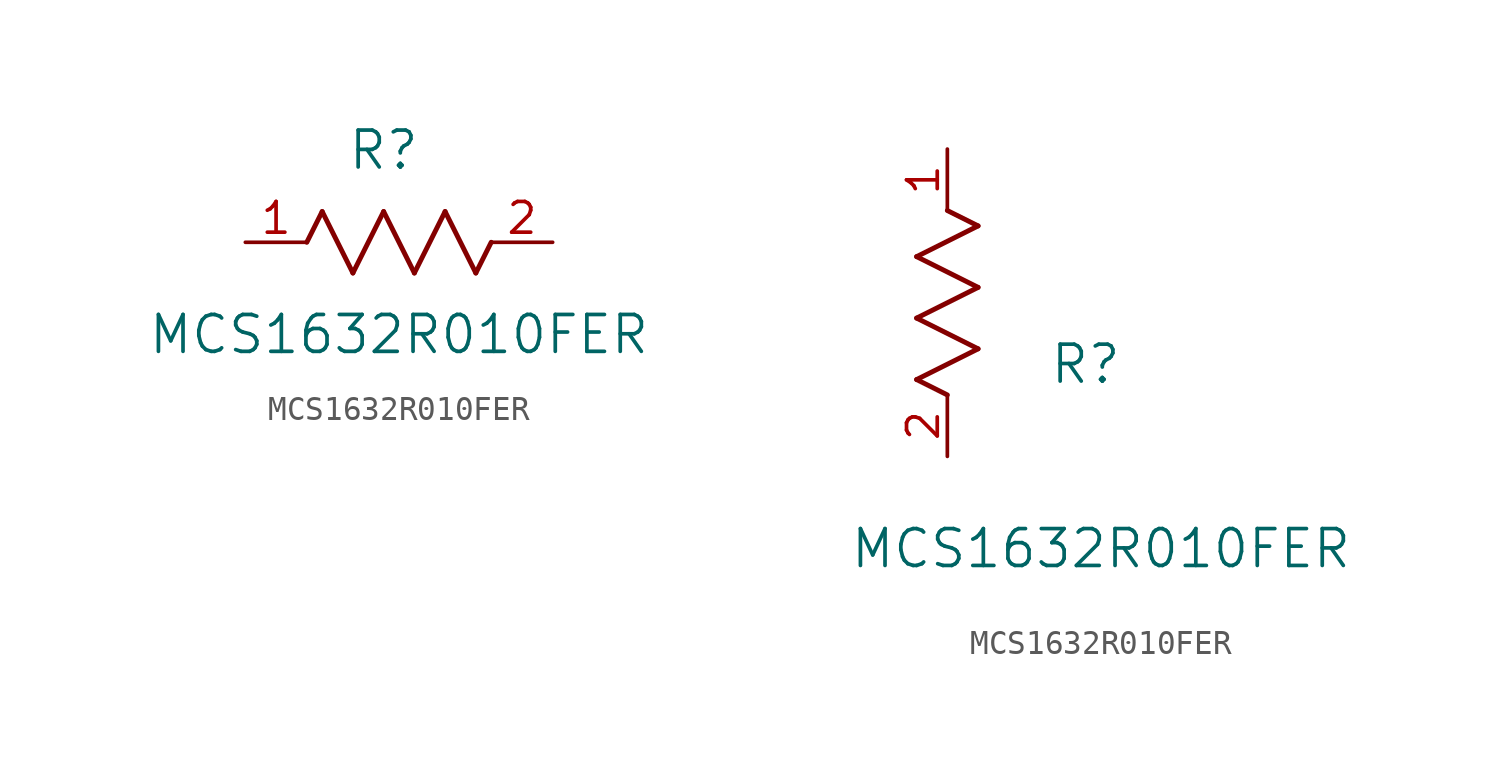
<source format=kicad_sym>
(kicad_symbol_lib
  (version 20211014)
  (generator kicad_symbol_editor)
  (symbol "MCS1632R010FER"
    (pin_names
      (offset 0.254))
    (property "Reference" "R"
      (at 5.715 3.81 0)
      (effects (font (size 1.524 1.524))))
    (property "Value" "MCS1632R010FER"
      (at 6.35 -3.81 0)
      (effects (font (size 1.524 1.524))))
    (symbol "MCS1632R010FER_1_1"
      (polyline (pts (xy 3.175 1.27) (xy 4.445 -1.27)) (stroke (width 0.203) (type default) (color 0 0 0 0)) (fill (type none)))
      (polyline (pts (xy 4.445 -1.27) (xy 5.715 1.27)) (stroke (width 0.203) (type default) (color 0 0 0 0)) (fill (type none)))
      (polyline (pts (xy 5.715 1.27) (xy 6.985 -1.27)) (stroke (width 0.203) (type default) (color 0 0 0 0)) (fill (type none)))
      (polyline (pts (xy 6.985 -1.27) (xy 8.255 1.27)) (stroke (width 0.203) (type default) (color 0 0 0 0)) (fill (type none)))
      (polyline (pts (xy 8.255 1.27) (xy 9.525 -1.27)) (stroke (width 0.203) (type default) (color 0 0 0 0)) (fill (type none)))
      (polyline (pts (xy 2.54 0) (xy 3.175 1.27)) (stroke (width 0.203) (type default) (color 0 0 0 0)) (fill (type none)))
      (polyline (pts (xy 9.525 -1.27) (xy 10.16 0)) (stroke (width 0.203) (type default) (color 0 0 0 0)) (fill (type none)))
      (pin unspecified line (at 0 0 0) (length 2.54) (name "" (effects (font (size 1.27 1.27)))) (number "1" (effects (font (size 1.27 1.27)))))
      (pin unspecified line (at 12.7 0 180) (length 2.54) (name "" (effects (font (size 1.27 1.27)))) (number "2" (effects (font (size 1.27 1.27))))))
    (symbol "MCS1632R010FER_1_2"
      (polyline (pts (xy 0 2.54) (xy -1.27 3.175)) (stroke (width 0.203) (type default) (color 0 0 0 0)) (fill (type none)))
      (polyline (pts (xy -1.27 3.175) (xy 1.27 4.445)) (stroke (width 0.203) (type default) (color 0 0 0 0)) (fill (type none)))
      (polyline (pts (xy 1.27 4.445) (xy -1.27 5.715)) (stroke (width 0.203) (type default) (color 0 0 0 0)) (fill (type none)))
      (polyline (pts (xy -1.27 5.715) (xy 1.27 6.985)) (stroke (width 0.203) (type default) (color 0 0 0 0)) (fill (type none)))
      (polyline (pts (xy -1.27 8.255) (xy 1.27 9.525)) (stroke (width 0.203) (type default) (color 0 0 0 0)) (fill (type none)))
      (polyline (pts (xy 1.27 9.525) (xy 0 10.16)) (stroke (width 0.203) (type default) (color 0 0 0 0)) (fill (type none)))
      (polyline (pts (xy 1.27 6.985) (xy -1.27 8.255)) (stroke (width 0.203) (type default) (color 0 0 0 0)) (fill (type none)))
      (pin unspecified line (at 0 12.7 270) (length 2.54) (name "" (effects (font (size 1.27 1.27)))) (number "1" (effects (font (size 1.27 1.27)))))
      (pin unspecified line (at 0 0 90) (length 2.54) (name "" (effects (font (size 1.27 1.27)))) (number "2" (effects (font (size 1.27 1.27))))))))
</source>
